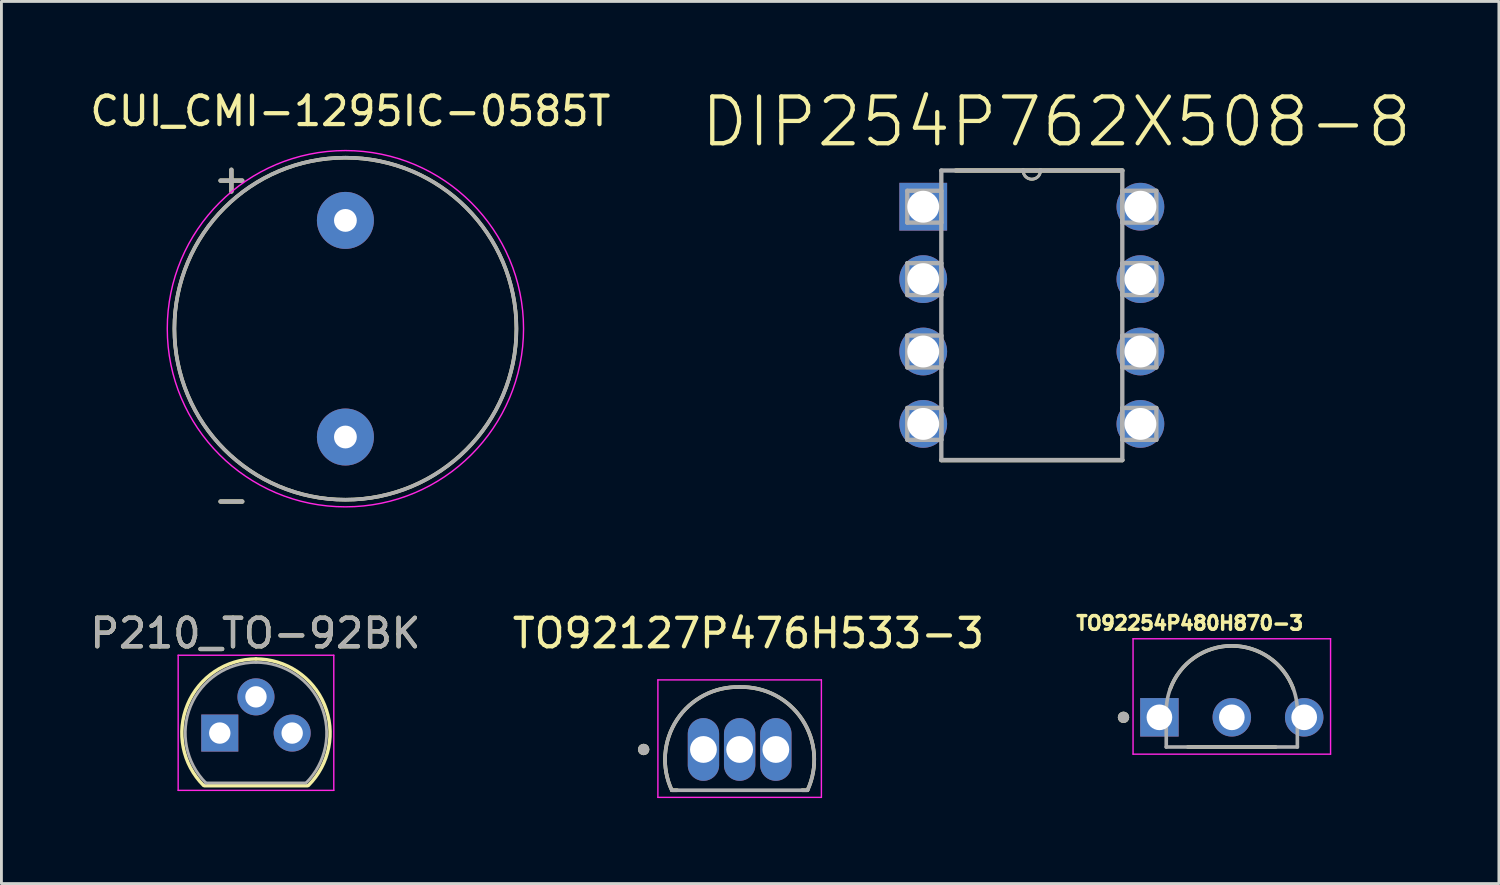
<source format=kicad_pcb>
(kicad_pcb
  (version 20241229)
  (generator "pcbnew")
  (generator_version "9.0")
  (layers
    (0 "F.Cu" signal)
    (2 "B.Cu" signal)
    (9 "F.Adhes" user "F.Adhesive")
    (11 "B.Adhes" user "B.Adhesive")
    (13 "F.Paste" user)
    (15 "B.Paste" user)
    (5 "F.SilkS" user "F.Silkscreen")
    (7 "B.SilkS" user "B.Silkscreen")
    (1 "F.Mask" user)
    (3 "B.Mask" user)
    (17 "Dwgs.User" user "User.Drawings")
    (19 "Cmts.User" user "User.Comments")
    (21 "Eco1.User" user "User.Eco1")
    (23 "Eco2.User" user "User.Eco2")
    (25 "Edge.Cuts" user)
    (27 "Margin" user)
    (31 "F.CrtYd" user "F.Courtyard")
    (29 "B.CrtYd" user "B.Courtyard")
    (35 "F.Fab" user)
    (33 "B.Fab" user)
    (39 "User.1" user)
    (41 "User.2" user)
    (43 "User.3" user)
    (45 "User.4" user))
  (footprint "TO92127P476H533-3"
    (layer "F.Cu")
    (at 22.901 22.866)
    (property "Reference" "TO92127P476H533-3" (at 0.307 -3.696 0) (layer "F.SilkS") (effects (font (size 1 1) (thickness 0.15))))
    (attr through_hole)
    (fp_line (start -2.38 1.81) (end -2.19 1.81) (stroke (width 0.127) (type solid)) (layer "F.SilkS"))
    (fp_line (start 2.19 1.81) (end 2.38 1.81) (stroke (width 0.127) (type solid)) (layer "F.SilkS"))
    (fp_arc (start -2.379999 1.81) (mid -2.19914 -0.663468) (end 0 -1.81) (stroke (width 0.127) (type solid)) (layer "F.SilkS"))
    (fp_arc (start 0 -1.81) (mid 2.19914 -0.663468) (end 2.379999 1.81) (stroke (width 0.127) (type solid)) (layer "F.SilkS"))
    (fp_circle (center -3.368 0.38) (end -3.268 0.38) (stroke (width 0.2) (type solid)) (fill no) (layer "F.SilkS"))
    (fp_line (start -2.868 -2.061) (end -2.868 2.06) (stroke (width 0.05) (type solid)) (layer "F.CrtYd"))
    (fp_line (start -2.868 2.06) (end 2.868 2.06) (stroke (width 0.05) (type solid)) (layer "F.CrtYd"))
    (fp_line (start 2.868 -2.061) (end -2.868 -2.061) (stroke (width 0.05) (type solid)) (layer "F.CrtYd"))
    (fp_line (start 2.868 2.06) (end 2.868 -2.061) (stroke (width 0.05) (type solid)) (layer "F.CrtYd"))
    (fp_line (start -2.38 1.81) (end 2.38 1.81) (stroke (width 0.127) (type solid)) (layer "F.Fab"))
    (fp_arc (start -2.379999 1.81) (mid -2.19914 -0.663468) (end 0 -1.81) (stroke (width 0.127) (type solid)) (layer "F.Fab"))
    (fp_arc (start 0 -1.81) (mid 2.19914 -0.663468) (end 2.379999 1.81) (stroke (width 0.127) (type solid)) (layer "F.Fab"))
    (fp_circle (center -3.368 0.38) (end -3.268 0.38) (stroke (width 0.2) (type solid)) (fill no) (layer "F.Fab"))
    (pad "1" thru_hole oval (at -1.27 0.38) (size 1.1 2.2) (drill 0.94) (layers "*.Cu" "*.Mask"))
    (pad "2" thru_hole oval (at 0 0.38) (size 1.1 2.2) (drill 0.94) (layers "*.Cu" "*.Mask"))
    (pad "3" thru_hole oval (at 1.27 0.38) (size 1.1 2.2) (drill 0.94) (layers "*.Cu" "*.Mask")))
  (footprint "P210_TO-92BK"
    (layer "F.Cu")
    (at 4.661 22.67)
    (property "Reference" "P210_TO-92BK" (at 1.25 -3.5 0) (layer "F.SilkS") (effects (font (size 1 1) (thickness 0.15))))
    (attr through_hole)
    (fp_line (start -0.53 1.85) (end 3.07 1.85) (stroke (width 0.12) (type solid)) (layer "F.SilkS"))
    (fp_arc (start -0.568478 1.838478) (mid -1.132087 -0.994977) (end 1.27 -2.6) (stroke (width 0.12) (type solid)) (layer "F.SilkS"))
    (fp_arc (start 1.27 -2.6) (mid 3.672087 -0.994977) (end 3.108478 1.838478) (stroke (width 0.12) (type solid)) (layer "F.SilkS"))
    (fp_line (start -1.46 -2.73) (end -1.46 2.01) (stroke (width 0.05) (type solid)) (layer "F.CrtYd"))
    (fp_line (start -1.46 -2.73) (end 4 -2.73) (stroke (width 0.05) (type solid)) (layer "F.CrtYd"))
    (fp_line (start 4 2.01) (end -1.46 2.01) (stroke (width 0.05) (type solid)) (layer "F.CrtYd"))
    (fp_line (start 4 2.01) (end 4 -2.73) (stroke (width 0.05) (type solid)) (layer "F.CrtYd"))
    (fp_line (start -0.5 1.75) (end 3 1.75) (stroke (width 0.1) (type solid)) (layer "F.Fab"))
    (fp_arc (start -0.483625 1.753625) (mid -1.021221 -0.949055) (end 1.27 -2.48) (stroke (width 0.1) (type solid)) (layer "F.Fab"))
    (fp_arc (start 1.27 -2.48) (mid 3.561221 -0.949055) (end 3.023625 1.753625) (stroke (width 0.1) (type solid)) (layer "F.Fab"))
    (fp_text user "${REFERENCE}" (at 1.25 -3.5 0) (layer "F.Fab") (effects (font (size 1 1) (thickness 0.15))))
    (pad "1" thru_hole rect (at 0 0) (size 1.3 1.3) (drill 0.75) (layers "*.Cu" "*.Mask"))
    (pad "2" thru_hole circle (at 1.27 -1.27) (size 1.3 1.3) (drill 0.75) (layers "*.Cu" "*.Mask"))
    (pad "3" thru_hole circle (at 2.54 0) (size 1.3 1.3) (drill 0.75) (layers "*.Cu" "*.Mask")))
  (footprint "TO92254P480H870-3"
    (layer "F.Cu")
    (at 40.169 22.118)
    (property "Reference" "TO92254P480H870-3" (at -1.476 -3.305 0) (layer "F.SilkS") (effects (font (size 0.48 0.48) (thickness 0.15))))
    (attr through_hole)
    (fp_line (start -1.545 1.042) (end 1.545 1.042) (stroke (width 0.127) (type solid)) (layer "F.SilkS"))
    (fp_arc (start -2.1608 -0.995) (mid 0 -2.507672) (end 2.1608 -0.995001) (stroke (width 0.127) (type solid)) (layer "F.SilkS"))
    (fp_circle (center -3.8 0) (end -3.7 0) (stroke (width 0.2) (type solid)) (fill no) (layer "F.SilkS"))
    (fp_line (start -3.465 -2.757) (end -3.465 1.292) (stroke (width 0.05) (type solid)) (layer "F.CrtYd"))
    (fp_line (start -3.465 1.292) (end 3.465 1.292) (stroke (width 0.05) (type solid)) (layer "F.CrtYd"))
    (fp_line (start 3.465 -2.757) (end -3.465 -2.757) (stroke (width 0.05) (type solid)) (layer "F.CrtYd"))
    (fp_line (start 3.465 1.292) (end 3.465 -2.757) (stroke (width 0.05) (type solid)) (layer "F.CrtYd"))
    (fp_line (start -2.3 -0.207) (end -2.3 1.042) (stroke (width 0.127) (type solid)) (layer "F.Fab"))
    (fp_line (start -2.3 1.042) (end 2.3 1.042) (stroke (width 0.127) (type solid)) (layer "F.Fab"))
    (fp_line (start 2.3 1.042) (end 2.3 -0.207) (stroke (width 0.127) (type solid)) (layer "F.Fab"))
    (fp_arc (start -2.3 -0.2075) (mid 0 -2.5075) (end 2.3 -0.2075) (stroke (width 0.127) (type solid)) (layer "F.Fab"))
    (fp_circle (center -3.8 0) (end -3.7 0) (stroke (width 0.2) (type solid)) (fill no) (layer "F.Fab"))
    (pad "1" thru_hole rect (at -2.54 0) (size 1.35 1.35) (drill 0.9) (layers "*.Cu" "*.Mask"))
    (pad "2" thru_hole circle (at 0 0) (size 1.35 1.35) (drill 0.9) (layers "*.Cu" "*.Mask"))
    (pad "3" thru_hole circle (at 2.54 0) (size 1.35 1.35) (drill 0.9) (layers "*.Cu" "*.Mask")))
  (footprint "DIP254P762X508-8"
    (layer "F.Cu")
    (at 36.962 11.823)
    (property "Reference" "DIP254P762X508-8" (at -2.948 -10.599 0) (layer "F.SilkS") (effects (font (size 1.641 1.641) (thickness 0.15))))
    (attr through_hole)
    (fp_line (start -6.985 1.27) (end -0.635 1.27) (stroke (width 0.152) (type solid)) (layer "F.SilkS"))
    (fp_line (start -4.115 -8.89) (end -6.477 -8.89) (stroke (width 0.152) (type solid)) (layer "F.SilkS"))
    (fp_line (start -3.505 -8.89) (end -4.115 -8.89) (stroke (width 0.152) (type solid)) (layer "F.SilkS"))
    (fp_line (start -0.635 -8.89) (end -3.505 -8.89) (stroke (width 0.152) (type solid)) (layer "F.SilkS"))
    (fp_arc (start -3.5052 -8.89) (mid -3.81 -8.5852) (end -4.1148 -8.89) (stroke (width 0.1) (type solid)) (layer "F.SilkS"))
    (fp_line (start -8.179 -8.179) (end -8.179 -7.061) (stroke (width 0.152) (type solid)) (layer "F.Fab"))
    (fp_line (start -8.179 -7.061) (end -6.985 -7.061) (stroke (width 0.152) (type solid)) (layer "F.Fab"))
    (fp_line (start -8.179 -5.639) (end -8.179 -4.521) (stroke (width 0.152) (type solid)) (layer "F.Fab"))
    (fp_line (start -8.179 -4.521) (end -6.985 -4.521) (stroke (width 0.152) (type solid)) (layer "F.Fab"))
    (fp_line (start -8.179 -3.099) (end -8.179 -1.981) (stroke (width 0.152) (type solid)) (layer "F.Fab"))
    (fp_line (start -8.179 -1.981) (end -6.985 -1.981) (stroke (width 0.152) (type solid)) (layer "F.Fab"))
    (fp_line (start -8.179 -0.559) (end -8.179 0.559) (stroke (width 0.152) (type solid)) (layer "F.Fab"))
    (fp_line (start -8.179 0.559) (end -6.985 0.559) (stroke (width 0.152) (type solid)) (layer "F.Fab"))
    (fp_line (start -6.985 -8.89) (end -6.985 1.27) (stroke (width 0.152) (type solid)) (layer "F.Fab"))
    (fp_line (start -6.985 -8.179) (end -8.179 -8.179) (stroke (width 0.152) (type solid)) (layer "F.Fab"))
    (fp_line (start -6.985 -7.061) (end -6.985 -8.179) (stroke (width 0.152) (type solid)) (layer "F.Fab"))
    (fp_line (start -6.985 -5.639) (end -8.179 -5.639) (stroke (width 0.152) (type solid)) (layer "F.Fab"))
    (fp_line (start -6.985 -4.521) (end -6.985 -5.639) (stroke (width 0.152) (type solid)) (layer "F.Fab"))
    (fp_line (start -6.985 -3.099) (end -8.179 -3.099) (stroke (width 0.152) (type solid)) (layer "F.Fab"))
    (fp_line (start -6.985 -1.981) (end -6.985 -3.099) (stroke (width 0.152) (type solid)) (layer "F.Fab"))
    (fp_line (start -6.985 -0.559) (end -8.179 -0.559) (stroke (width 0.152) (type solid)) (layer "F.Fab"))
    (fp_line (start -6.985 0.559) (end -6.985 -0.559) (stroke (width 0.152) (type solid)) (layer "F.Fab"))
    (fp_line (start -6.985 1.27) (end -0.635 1.27) (stroke (width 0.152) (type solid)) (layer "F.Fab"))
    (fp_line (start -4.115 -8.89) (end -6.985 -8.89) (stroke (width 0.152) (type solid)) (layer "F.Fab"))
    (fp_line (start -3.505 -8.89) (end -4.115 -8.89) (stroke (width 0.152) (type solid)) (layer "F.Fab"))
    (fp_line (start -0.635 -8.89) (end -3.505 -8.89) (stroke (width 0.152) (type solid)) (layer "F.Fab"))
    (fp_line (start -0.635 -8.179) (end -0.635 -7.061) (stroke (width 0.152) (type solid)) (layer "F.Fab"))
    (fp_line (start -0.635 -7.061) (end 0.559 -7.061) (stroke (width 0.152) (type solid)) (layer "F.Fab"))
    (fp_line (start -0.635 -5.639) (end -0.635 -4.521) (stroke (width 0.152) (type solid)) (layer "F.Fab"))
    (fp_line (start -0.635 -4.521) (end 0.559 -4.521) (stroke (width 0.152) (type solid)) (layer "F.Fab"))
    (fp_line (start -0.635 -3.099) (end -0.635 -1.981) (stroke (width 0.152) (type solid)) (layer "F.Fab"))
    (fp_line (start -0.635 -1.981) (end 0.559 -1.981) (stroke (width 0.152) (type solid)) (layer "F.Fab"))
    (fp_line (start -0.635 -0.559) (end -0.635 0.559) (stroke (width 0.152) (type solid)) (layer "F.Fab"))
    (fp_line (start -0.635 0.559) (end 0.559 0.559) (stroke (width 0.152) (type solid)) (layer "F.Fab"))
    (fp_line (start -0.635 1.27) (end -0.635 -8.89) (stroke (width 0.152) (type solid)) (layer "F.Fab"))
    (fp_line (start 0.559 -8.179) (end -0.635 -8.179) (stroke (width 0.152) (type solid)) (layer "F.Fab"))
    (fp_line (start 0.559 -7.061) (end 0.559 -8.179) (stroke (width 0.152) (type solid)) (layer "F.Fab"))
    (fp_line (start 0.559 -5.639) (end -0.635 -5.639) (stroke (width 0.152) (type solid)) (layer "F.Fab"))
    (fp_line (start 0.559 -4.521) (end 0.559 -5.639) (stroke (width 0.152) (type solid)) (layer "F.Fab"))
    (fp_line (start 0.559 -3.099) (end -0.635 -3.099) (stroke (width 0.152) (type solid)) (layer "F.Fab"))
    (fp_line (start 0.559 -1.981) (end 0.559 -3.099) (stroke (width 0.152) (type solid)) (layer "F.Fab"))
    (fp_line (start 0.559 -0.559) (end -0.635 -0.559) (stroke (width 0.152) (type solid)) (layer "F.Fab"))
    (fp_line (start 0.559 0.559) (end 0.559 -0.559) (stroke (width 0.152) (type solid)) (layer "F.Fab"))
    (fp_arc (start -3.5052 -8.89) (mid -3.81 -8.5852) (end -4.1148 -8.89) (stroke (width 0.1) (type solid)) (layer "F.Fab"))
    (pad "1" thru_hole rect (at -7.62 -7.62) (size 1.676 1.676) (drill 1.118) (layers "*.Cu" "*.Mask"))
    (pad "2" thru_hole circle (at -7.62 -5.08) (size 1.676 1.676) (drill 1.118) (layers "*.Cu" "*.Mask"))
    (pad "3" thru_hole circle (at -7.62 -2.54) (size 1.676 1.676) (drill 1.118) (layers "*.Cu" "*.Mask"))
    (pad "4" thru_hole circle (at -7.62 0) (size 1.676 1.676) (drill 1.118) (layers "*.Cu" "*.Mask"))
    (pad "5" thru_hole circle (at 0 0) (size 1.676 1.676) (drill 1.118) (layers "*.Cu" "*.Mask"))
    (pad "6" thru_hole circle (at 0 -2.54) (size 1.676 1.676) (drill 1.118) (layers "*.Cu" "*.Mask"))
    (pad "7" thru_hole circle (at 0 -5.08) (size 1.676 1.676) (drill 1.118) (layers "*.Cu" "*.Mask"))
    (pad "8" thru_hole circle (at 0 -7.62) (size 1.676 1.676) (drill 1.118) (layers "*.Cu" "*.Mask")))
  (footprint "CUI_CMI-1295IC-0585T"
    (layer "F.Cu")
    (at 9.069 8.483)
    (property "Reference" "CUI_CMI-1295IC-0585T" (at 0.175 -7.635 0) (layer "F.SilkS") (effects (font (size 1 1) (thickness 0.15))))
    (attr through_hole)
    (fp_circle (center 0 0) (end 6 0) (stroke (width 0.127) (type solid)) (fill no) (layer "F.SilkS"))
    (fp_circle (center 0 0) (end 6.25 0) (stroke (width 0.05) (type solid)) (fill no) (layer "F.CrtYd"))
    (fp_circle (center 0 0) (end 6 0) (stroke (width 0.127) (type solid)) (fill no) (layer "F.Fab"))
    (fp_text user "+" (at -4 -5.27 0) (layer "F.SilkS") (effects (font (size 1 1) (thickness 0.15))))
    (fp_text user "-" (at -4 5.99 0) (layer "F.SilkS") (effects (font (size 1 1) (thickness 0.15))))
    (fp_text user "-" (at -4 5.99 0) (layer "F.Fab") (effects (font (size 1 1) (thickness 0.15))))
    (fp_text user "+" (at -4 -5.27 0) (layer "F.Fab") (effects (font (size 1 1) (thickness 0.15))))
    (pad "N" thru_hole circle (at 0 3.8) (size 2 2) (drill 0.8) (layers "*.Cu" "*.Mask"))
    (pad "P" thru_hole circle (at 0 -3.8) (size 2 2) (drill 0.8) (layers "*.Cu" "*.Mask")))
  (gr_rect
    (start -3 -3)
    (end 49.54 27.951)
    (stroke (width 0.1) (type default))
    (fill no)
    (layer "Edge.Cuts")))
</source>
